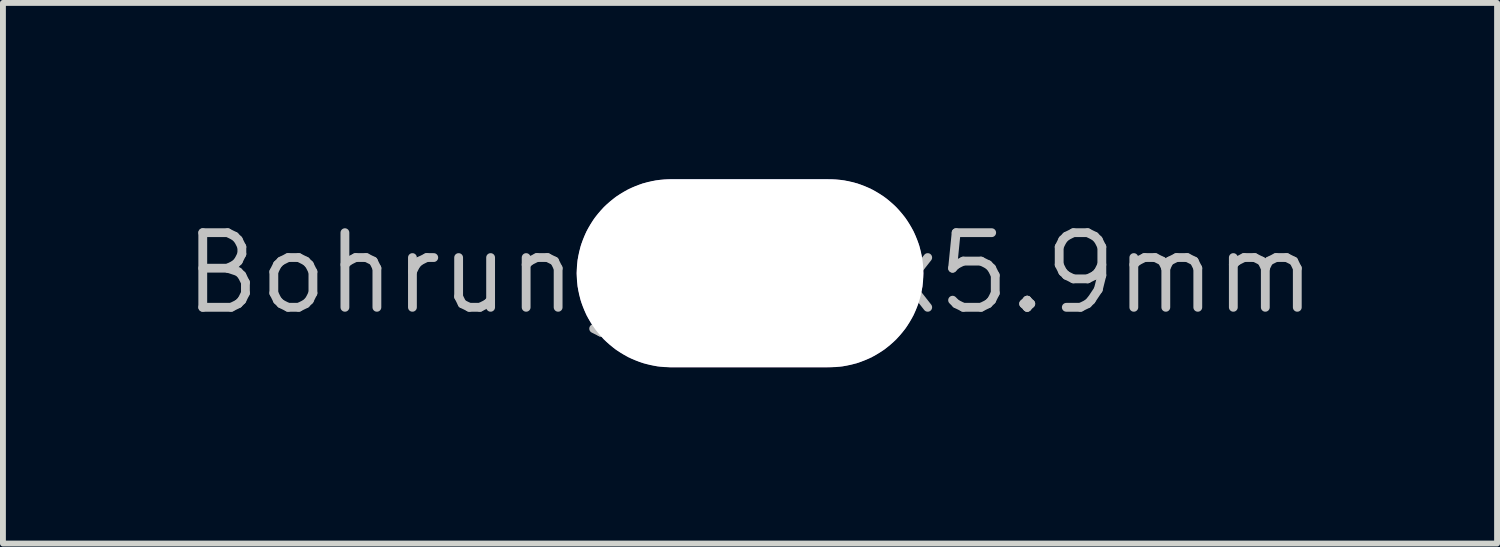
<source format=kicad_pcb>
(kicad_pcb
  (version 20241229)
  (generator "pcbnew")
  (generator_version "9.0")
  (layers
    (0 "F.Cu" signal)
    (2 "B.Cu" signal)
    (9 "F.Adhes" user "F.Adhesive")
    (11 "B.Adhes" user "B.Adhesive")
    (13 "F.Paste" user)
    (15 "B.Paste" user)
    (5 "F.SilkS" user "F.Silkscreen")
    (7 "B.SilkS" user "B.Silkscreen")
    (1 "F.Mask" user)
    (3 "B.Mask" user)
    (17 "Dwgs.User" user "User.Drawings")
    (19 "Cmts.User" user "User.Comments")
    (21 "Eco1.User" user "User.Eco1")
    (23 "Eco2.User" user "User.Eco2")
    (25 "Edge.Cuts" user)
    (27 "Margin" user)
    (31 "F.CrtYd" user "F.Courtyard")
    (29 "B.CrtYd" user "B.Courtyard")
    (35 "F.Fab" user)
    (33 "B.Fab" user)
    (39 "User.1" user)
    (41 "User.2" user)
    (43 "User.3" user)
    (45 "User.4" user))
  (footprint "Bohrung_3.2x5.9mm"
    (layer "F.Cu")
    (at 9.714 1.6)
    (property "Reference" "Bohrung_3.2x5.9mm" (at 0 0 0) (layer "Dwgs.User") (effects (font (size 1.27 1.27) (thickness 0.15))))
    (attr through_hole)
    (pad "" np_thru_hole roundrect (at 0 0) (size 5.9 3.2) (drill oval 5.9 3.2) (layers "*.Cu" "*.Mask") (roundrect_rratio 0.5)))
  (gr_rect
    (start -3 -3)
    (end 22.427 6.2)
    (stroke (width 0.1) (type default))
    (fill no)
    (layer "Edge.Cuts")))
</source>
